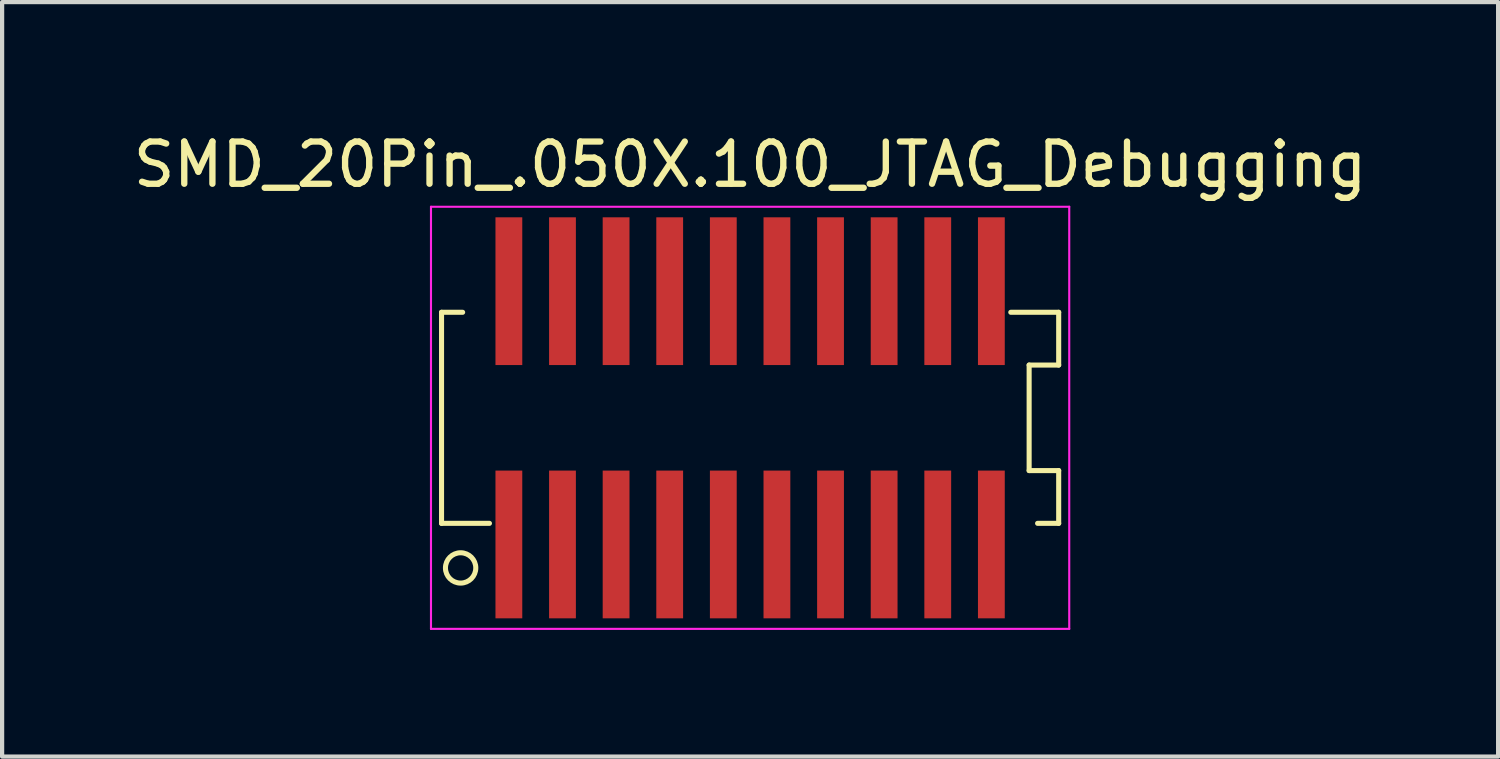
<source format=kicad_pcb>
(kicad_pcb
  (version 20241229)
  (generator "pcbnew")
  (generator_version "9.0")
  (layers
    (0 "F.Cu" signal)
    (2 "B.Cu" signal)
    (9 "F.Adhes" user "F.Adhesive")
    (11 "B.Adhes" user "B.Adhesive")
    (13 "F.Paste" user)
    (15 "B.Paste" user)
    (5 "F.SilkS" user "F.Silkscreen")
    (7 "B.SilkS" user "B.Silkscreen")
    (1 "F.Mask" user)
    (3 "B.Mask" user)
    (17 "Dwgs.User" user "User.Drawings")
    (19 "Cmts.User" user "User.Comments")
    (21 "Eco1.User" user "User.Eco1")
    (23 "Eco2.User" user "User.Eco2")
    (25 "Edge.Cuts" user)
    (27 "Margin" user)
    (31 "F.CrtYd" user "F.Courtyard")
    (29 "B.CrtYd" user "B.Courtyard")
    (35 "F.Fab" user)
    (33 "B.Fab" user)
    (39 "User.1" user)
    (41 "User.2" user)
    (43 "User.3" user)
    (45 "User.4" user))
  (footprint "SMD_20Pin_.050X.100_JTAG_Debugging"
    (layer "F.Cu")
    (at 14.72 6.848)
    (property "Reference" "SMD_20Pin_.050X.100_JTAG_Debugging" (at 0 -6 0) (layer "F.SilkS") (effects (font (size 1 1) (thickness 0.15))))
    (attr smd)
    (fp_line (start -7.31 -2.5) (end -7.31 2.5) (stroke (width 0.12) (type solid)) (layer "F.SilkS"))
    (fp_line (start -7.31 2.5) (end -6.175 2.5) (stroke (width 0.12) (type solid)) (layer "F.SilkS"))
    (fp_line (start -6.81 -2.5) (end -7.31 -2.5) (stroke (width 0.12) (type solid)) (layer "F.SilkS"))
    (fp_line (start 6.175 -2.5) (end 7.31 -2.5) (stroke (width 0.12) (type solid)) (layer "F.SilkS"))
    (fp_line (start 6.61 -1.25) (end 6.61 1.25) (stroke (width 0.12) (type solid)) (layer "F.SilkS"))
    (fp_line (start 6.61 1.25) (end 7.31 1.25) (stroke (width 0.12) (type solid)) (layer "F.SilkS"))
    (fp_line (start 7.31 -2.5) (end 7.31 -1.25) (stroke (width 0.12) (type solid)) (layer "F.SilkS"))
    (fp_line (start 7.31 -1.25) (end 6.61 -1.25) (stroke (width 0.12) (type solid)) (layer "F.SilkS"))
    (fp_line (start 7.31 1.25) (end 7.31 2.5) (stroke (width 0.12) (type solid)) (layer "F.SilkS"))
    (fp_line (start 7.31 2.5) (end 6.81 2.5) (stroke (width 0.12) (type solid)) (layer "F.SilkS"))
    (fp_circle (center -6.858 3.556) (end -7.112 3.81) (stroke (width 0.12) (type solid)) (fill no) (layer "F.SilkS"))
    (fp_line (start -7.56 -5) (end 7.56 -5) (stroke (width 0.05) (type solid)) (layer "F.CrtYd"))
    (fp_line (start -7.56 5) (end -7.56 -5) (stroke (width 0.05) (type solid)) (layer "F.CrtYd"))
    (fp_line (start 7.56 -5) (end 7.56 5) (stroke (width 0.05) (type solid)) (layer "F.CrtYd"))
    (fp_line (start 7.56 5) (end -7.56 5) (stroke (width 0.05) (type solid)) (layer "F.CrtYd"))
    (pad "1" smd rect (at -5.715 3) (size 0.635 3.5) (layers "F.Cu" "F.Mask" "F.Paste"))
    (pad "2" smd rect (at -5.715 -3) (size 0.635 3.5) (layers "F.Cu" "F.Mask" "F.Paste"))
    (pad "3" smd rect (at -4.445 3) (size 0.635 3.5) (layers "F.Cu" "F.Mask" "F.Paste"))
    (pad "4" smd rect (at -4.445 -3) (size 0.635 3.5) (layers "F.Cu" "F.Mask" "F.Paste"))
    (pad "5" smd rect (at -3.175 3) (size 0.635 3.5) (layers "F.Cu" "F.Mask" "F.Paste"))
    (pad "6" smd rect (at -3.175 -3) (size 0.635 3.5) (layers "F.Cu" "F.Mask" "F.Paste"))
    (pad "7" smd rect (at -1.905 3) (size 0.635 3.5) (layers "F.Cu" "F.Mask" "F.Paste"))
    (pad "8" smd rect (at -1.905 -3) (size 0.635 3.5) (layers "F.Cu" "F.Mask" "F.Paste"))
    (pad "9" smd rect (at -0.635 3) (size 0.635 3.5) (layers "F.Cu" "F.Mask" "F.Paste"))
    (pad "10" smd rect (at -0.635 -3) (size 0.635 3.5) (layers "F.Cu" "F.Mask" "F.Paste"))
    (pad "11" smd rect (at 0.635 3) (size 0.635 3.5) (layers "F.Cu" "F.Mask" "F.Paste"))
    (pad "12" smd rect (at 0.635 -3) (size 0.635 3.5) (layers "F.Cu" "F.Mask" "F.Paste"))
    (pad "13" smd rect (at 1.905 3) (size 0.635 3.5) (layers "F.Cu" "F.Mask" "F.Paste"))
    (pad "14" smd rect (at 1.905 -3) (size 0.635 3.5) (layers "F.Cu" "F.Mask" "F.Paste"))
    (pad "15" smd rect (at 3.175 3) (size 0.635 3.5) (layers "F.Cu" "F.Mask" "F.Paste"))
    (pad "16" smd rect (at 3.175 -3) (size 0.635 3.5) (layers "F.Cu" "F.Mask" "F.Paste"))
    (pad "17" smd rect (at 4.445 3) (size 0.635 3.5) (layers "F.Cu" "F.Mask" "F.Paste"))
    (pad "18" smd rect (at 4.445 -3) (size 0.635 3.5) (layers "F.Cu" "F.Mask" "F.Paste"))
    (pad "19" smd rect (at 5.715 3) (size 0.635 3.5) (layers "F.Cu" "F.Mask" "F.Paste"))
    (pad "20" smd rect (at 5.715 -3) (size 0.635 3.5) (layers "F.Cu" "F.Mask" "F.Paste")))
  (gr_rect
    (start -3 -3)
    (end 32.44 14.873)
    (stroke (width 0.1) (type default))
    (fill no)
    (layer "Edge.Cuts")))
</source>
